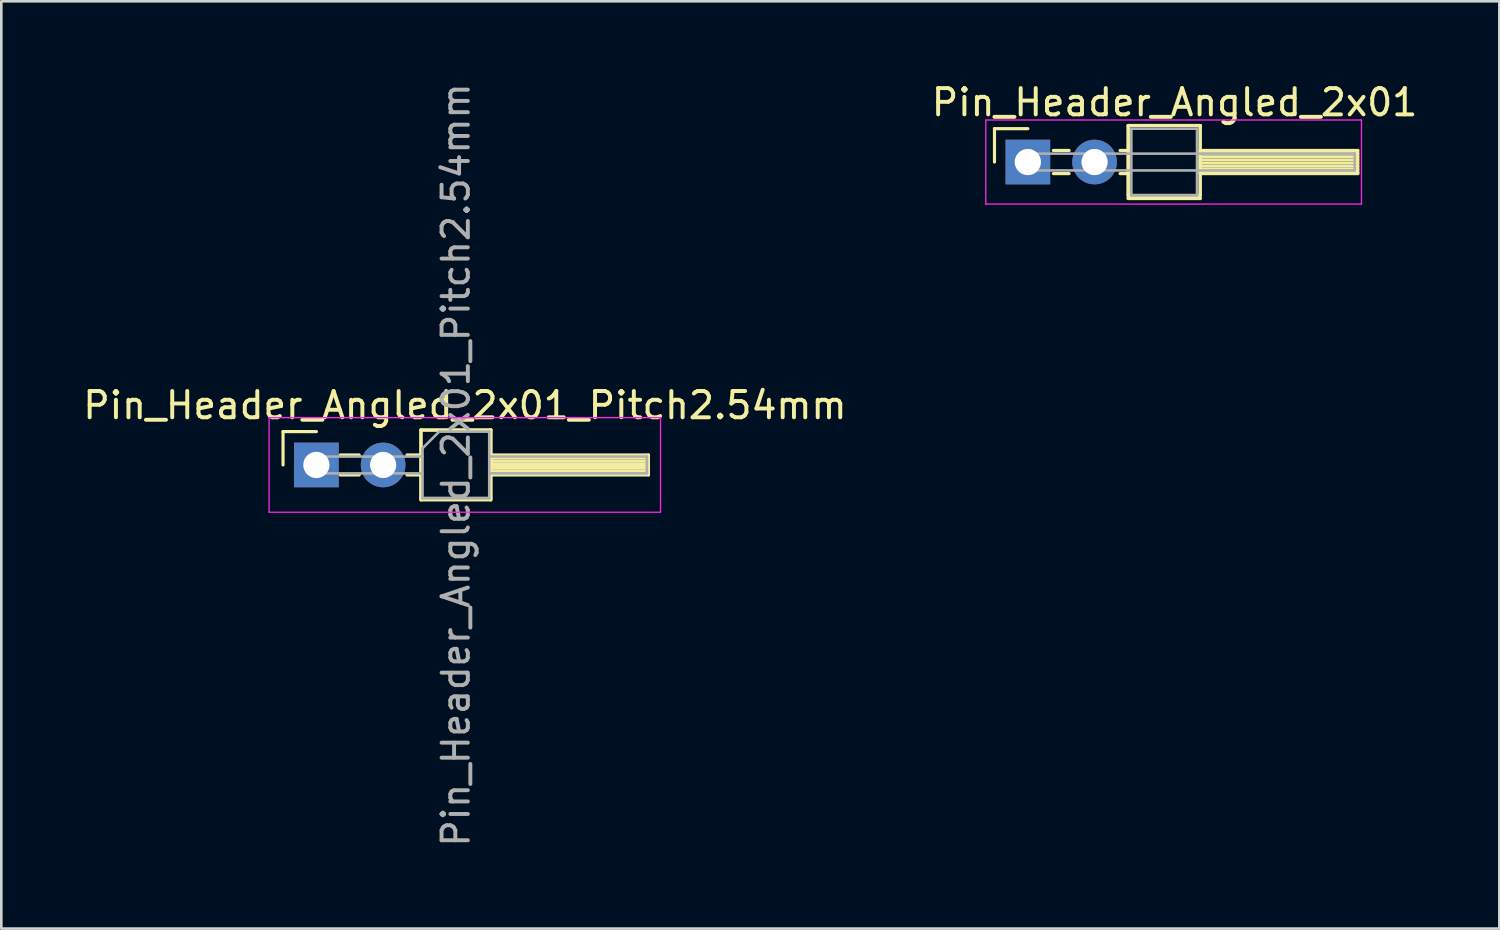
<source format=kicad_pcb>
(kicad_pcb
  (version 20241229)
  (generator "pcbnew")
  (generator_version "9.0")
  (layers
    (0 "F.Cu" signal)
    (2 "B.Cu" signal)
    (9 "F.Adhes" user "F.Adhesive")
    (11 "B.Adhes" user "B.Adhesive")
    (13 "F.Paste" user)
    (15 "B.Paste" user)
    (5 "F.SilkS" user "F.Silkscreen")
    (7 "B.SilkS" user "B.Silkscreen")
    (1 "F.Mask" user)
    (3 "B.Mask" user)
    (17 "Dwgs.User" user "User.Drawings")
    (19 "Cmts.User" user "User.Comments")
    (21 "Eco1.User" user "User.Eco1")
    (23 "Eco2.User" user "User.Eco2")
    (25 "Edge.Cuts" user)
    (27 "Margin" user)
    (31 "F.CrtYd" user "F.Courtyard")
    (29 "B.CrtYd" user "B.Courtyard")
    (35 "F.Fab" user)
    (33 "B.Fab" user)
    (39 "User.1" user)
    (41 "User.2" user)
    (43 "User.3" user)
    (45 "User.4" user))
  (footprint "Pin_Header_Angled_2x01_Pitch2.54mm"
    (layer "F.Cu")
    (at 8.994 14.649)
    (property "Reference" "Pin_Header_Angled_2x01_Pitch2.54mm" (at 5.655 -2.27 0) (layer "F.SilkS") (effects (font (size 1 1) (thickness 0.15))))
    (attr through_hole)
    (fp_line (start -1.27 -1.27) (end 0 -1.27) (stroke (width 0.12) (type solid)) (layer "F.SilkS"))
    (fp_line (start -1.27 0) (end -1.27 -1.27) (stroke (width 0.12) (type solid)) (layer "F.SilkS"))
    (fp_line (start 0.91 -0.38) (end 1.63 -0.38) (stroke (width 0.12) (type solid)) (layer "F.SilkS"))
    (fp_line (start 0.91 0.38) (end 1.63 0.38) (stroke (width 0.12) (type solid)) (layer "F.SilkS"))
    (fp_line (start 3.45 -0.38) (end 3.98 -0.38) (stroke (width 0.12) (type solid)) (layer "F.SilkS"))
    (fp_line (start 3.45 0.38) (end 3.98 0.38) (stroke (width 0.12) (type solid)) (layer "F.SilkS"))
    (fp_line (start 3.98 -1.33) (end 3.98 1.27) (stroke (width 0.12) (type solid)) (layer "F.SilkS"))
    (fp_line (start 3.98 -1.33) (end 3.98 1.33) (stroke (width 0.12) (type solid)) (layer "F.SilkS"))
    (fp_line (start 3.98 1.27) (end 6.64 1.27) (stroke (width 0.12) (type solid)) (layer "F.SilkS"))
    (fp_line (start 3.98 1.33) (end 6.64 1.33) (stroke (width 0.12) (type solid)) (layer "F.SilkS"))
    (fp_line (start 6.64 -1.33) (end 3.98 -1.33) (stroke (width 0.12) (type solid)) (layer "F.SilkS"))
    (fp_line (start 6.64 -1.33) (end 3.98 -1.33) (stroke (width 0.12) (type solid)) (layer "F.SilkS"))
    (fp_line (start 6.64 -0.38) (end 6.64 0.38) (stroke (width 0.12) (type solid)) (layer "F.SilkS"))
    (fp_line (start 6.64 -0.26) (end 12.64 -0.26) (stroke (width 0.12) (type solid)) (layer "F.SilkS"))
    (fp_line (start 6.64 -0.14) (end 12.64 -0.14) (stroke (width 0.12) (type solid)) (layer "F.SilkS"))
    (fp_line (start 6.64 -0.02) (end 12.64 -0.02) (stroke (width 0.12) (type solid)) (layer "F.SilkS"))
    (fp_line (start 6.64 0.1) (end 12.64 0.1) (stroke (width 0.12) (type solid)) (layer "F.SilkS"))
    (fp_line (start 6.64 0.22) (end 12.64 0.22) (stroke (width 0.12) (type solid)) (layer "F.SilkS"))
    (fp_line (start 6.64 0.34) (end 12.64 0.34) (stroke (width 0.12) (type solid)) (layer "F.SilkS"))
    (fp_line (start 6.64 0.38) (end 12.64 0.38) (stroke (width 0.12) (type solid)) (layer "F.SilkS"))
    (fp_line (start 6.64 1.27) (end 6.64 -1.33) (stroke (width 0.12) (type solid)) (layer "F.SilkS"))
    (fp_line (start 6.64 1.33) (end 6.64 -1.33) (stroke (width 0.12) (type solid)) (layer "F.SilkS"))
    (fp_line (start 12.64 -0.38) (end 6.64 -0.38) (stroke (width 0.12) (type solid)) (layer "F.SilkS"))
    (fp_line (start 12.64 0.38) (end 12.64 -0.38) (stroke (width 0.12) (type solid)) (layer "F.SilkS"))
    (fp_line (start -1.8 -1.8) (end -1.8 1.8) (stroke (width 0.05) (type solid)) (layer "F.CrtYd"))
    (fp_line (start -1.8 1.8) (end 13.1 1.8) (stroke (width 0.05) (type solid)) (layer "F.CrtYd"))
    (fp_line (start 13.1 -1.8) (end -1.8 -1.8) (stroke (width 0.05) (type solid)) (layer "F.CrtYd"))
    (fp_line (start 13.1 1.8) (end 13.1 -1.8) (stroke (width 0.05) (type solid)) (layer "F.CrtYd"))
    (fp_line (start -0.32 -0.32) (end -0.32 0.32) (stroke (width 0.1) (type solid)) (layer "F.Fab"))
    (fp_line (start -0.32 -0.32) (end 4.04 -0.32) (stroke (width 0.1) (type solid)) (layer "F.Fab"))
    (fp_line (start -0.32 0.32) (end 4.04 0.32) (stroke (width 0.1) (type solid)) (layer "F.Fab"))
    (fp_line (start 4.04 -0.635) (end 4.675 -1.27) (stroke (width 0.1) (type solid)) (layer "F.Fab"))
    (fp_line (start 4.04 1.27) (end 4.04 -0.635) (stroke (width 0.1) (type solid)) (layer "F.Fab"))
    (fp_line (start 4.675 -1.27) (end 6.58 -1.27) (stroke (width 0.1) (type solid)) (layer "F.Fab"))
    (fp_line (start 6.58 -1.27) (end 6.58 1.27) (stroke (width 0.1) (type solid)) (layer "F.Fab"))
    (fp_line (start 6.58 -0.32) (end 12.58 -0.32) (stroke (width 0.1) (type solid)) (layer "F.Fab"))
    (fp_line (start 6.58 0.32) (end 12.58 0.32) (stroke (width 0.1) (type solid)) (layer "F.Fab"))
    (fp_line (start 6.58 1.27) (end 4.04 1.27) (stroke (width 0.1) (type solid)) (layer "F.Fab"))
    (fp_line (start 12.58 -0.32) (end 12.58 0.32) (stroke (width 0.1) (type solid)) (layer "F.Fab"))
    (fp_text user "${REFERENCE}" (at 5.31 0 90) (layer "F.Fab") (effects (font (size 1 1) (thickness 0.15))))
    (pad "1" thru_hole rect (at 0 0) (size 1.7 1.7) (drill 1) (layers "*.Cu" "*.Mask"))
    (pad "2" thru_hole oval (at 2.54 0) (size 1.7 1.7) (drill 1) (layers "*.Cu" "*.Mask")))
  (footprint "Pin_Header_Angled_2x01"
    (layer "F.Cu")
    (at 36.076 3.118)
    (property "Reference" "Pin_Header_Angled_2x01" (at 5.585 -2.27 0) (layer "F.SilkS") (effects (font (size 1 1) (thickness 0.15))))
    (attr through_hole)
    (fp_line (start -1.27 -1.27) (end 0 -1.27) (stroke (width 0.12) (type solid)) (layer "F.SilkS"))
    (fp_line (start -1.27 0) (end -1.27 -1.27) (stroke (width 0.12) (type solid)) (layer "F.SilkS"))
    (fp_line (start 0.97 -0.44) (end 1.57 -0.44) (stroke (width 0.12) (type solid)) (layer "F.SilkS"))
    (fp_line (start 0.97 0.44) (end 1.57 0.44) (stroke (width 0.12) (type solid)) (layer "F.SilkS"))
    (fp_line (start 3.51 -0.44) (end 3.82 -0.44) (stroke (width 0.12) (type solid)) (layer "F.SilkS"))
    (fp_line (start 3.51 0.44) (end 3.82 0.44) (stroke (width 0.12) (type solid)) (layer "F.SilkS"))
    (fp_line (start 3.82 -1.39) (end 3.82 1.27) (stroke (width 0.12) (type solid)) (layer "F.SilkS"))
    (fp_line (start 3.82 -1.39) (end 3.82 1.39) (stroke (width 0.12) (type solid)) (layer "F.SilkS"))
    (fp_line (start 3.82 1.27) (end 6.56 1.27) (stroke (width 0.12) (type solid)) (layer "F.SilkS"))
    (fp_line (start 3.82 1.39) (end 6.56 1.39) (stroke (width 0.12) (type solid)) (layer "F.SilkS"))
    (fp_line (start 6.56 -1.39) (end 3.82 -1.39) (stroke (width 0.12) (type solid)) (layer "F.SilkS"))
    (fp_line (start 6.56 -1.39) (end 3.82 -1.39) (stroke (width 0.12) (type solid)) (layer "F.SilkS"))
    (fp_line (start 6.56 -0.44) (end 6.56 0.44) (stroke (width 0.12) (type solid)) (layer "F.SilkS"))
    (fp_line (start 6.56 -0.32) (end 12.56 -0.32) (stroke (width 0.12) (type solid)) (layer "F.SilkS"))
    (fp_line (start 6.56 -0.2) (end 12.56 -0.2) (stroke (width 0.12) (type solid)) (layer "F.SilkS"))
    (fp_line (start 6.56 -0.08) (end 12.56 -0.08) (stroke (width 0.12) (type solid)) (layer "F.SilkS"))
    (fp_line (start 6.56 0.04) (end 12.56 0.04) (stroke (width 0.12) (type solid)) (layer "F.SilkS"))
    (fp_line (start 6.56 0.16) (end 12.56 0.16) (stroke (width 0.12) (type solid)) (layer "F.SilkS"))
    (fp_line (start 6.56 0.28) (end 12.56 0.28) (stroke (width 0.12) (type solid)) (layer "F.SilkS"))
    (fp_line (start 6.56 0.4) (end 12.56 0.4) (stroke (width 0.12) (type solid)) (layer "F.SilkS"))
    (fp_line (start 6.56 0.44) (end 12.56 0.44) (stroke (width 0.12) (type solid)) (layer "F.SilkS"))
    (fp_line (start 6.56 1.27) (end 6.56 -1.39) (stroke (width 0.12) (type solid)) (layer "F.SilkS"))
    (fp_line (start 6.56 1.39) (end 6.56 -1.39) (stroke (width 0.12) (type solid)) (layer "F.SilkS"))
    (fp_line (start 12.56 -0.44) (end 6.56 -0.44) (stroke (width 0.12) (type solid)) (layer "F.SilkS"))
    (fp_line (start 12.56 0.44) (end 12.56 -0.44) (stroke (width 0.12) (type solid)) (layer "F.SilkS"))
    (fp_line (start -1.6 -1.6) (end -1.6 1.6) (stroke (width 0.05) (type solid)) (layer "F.CrtYd"))
    (fp_line (start -1.6 1.6) (end 12.7 1.6) (stroke (width 0.05) (type solid)) (layer "F.CrtYd"))
    (fp_line (start 12.7 -1.6) (end -1.6 -1.6) (stroke (width 0.05) (type solid)) (layer "F.CrtYd"))
    (fp_line (start 12.7 1.6) (end 12.7 -1.6) (stroke (width 0.05) (type solid)) (layer "F.CrtYd"))
    (fp_line (start 0 -0.32) (end 0 0.32) (stroke (width 0.1) (type solid)) (layer "F.Fab"))
    (fp_line (start 0 0.32) (end 12.44 0.32) (stroke (width 0.1) (type solid)) (layer "F.Fab"))
    (fp_line (start 3.94 -1.27) (end 3.94 1.27) (stroke (width 0.1) (type solid)) (layer "F.Fab"))
    (fp_line (start 3.94 1.27) (end 6.44 1.27) (stroke (width 0.1) (type solid)) (layer "F.Fab"))
    (fp_line (start 6.44 -1.27) (end 3.94 -1.27) (stroke (width 0.1) (type solid)) (layer "F.Fab"))
    (fp_line (start 6.44 1.27) (end 6.44 -1.27) (stroke (width 0.1) (type solid)) (layer "F.Fab"))
    (fp_line (start 12.44 -0.32) (end 0 -0.32) (stroke (width 0.1) (type solid)) (layer "F.Fab"))
    (fp_line (start 12.44 0.32) (end 12.44 -0.32) (stroke (width 0.1) (type solid)) (layer "F.Fab"))
    (pad "1" thru_hole rect (at 0 0) (size 1.7 1.7) (drill 1) (layers "*.Cu" "*.Mask"))
    (pad "2" thru_hole oval (at 2.54 0) (size 1.7 1.7) (drill 1) (layers "*.Cu" "*.Mask")))
  (gr_rect
    (start -3 -3)
    (end 54.024 32.298)
    (stroke (width 0.1) (type default))
    (fill no)
    (layer "Edge.Cuts")))
</source>
